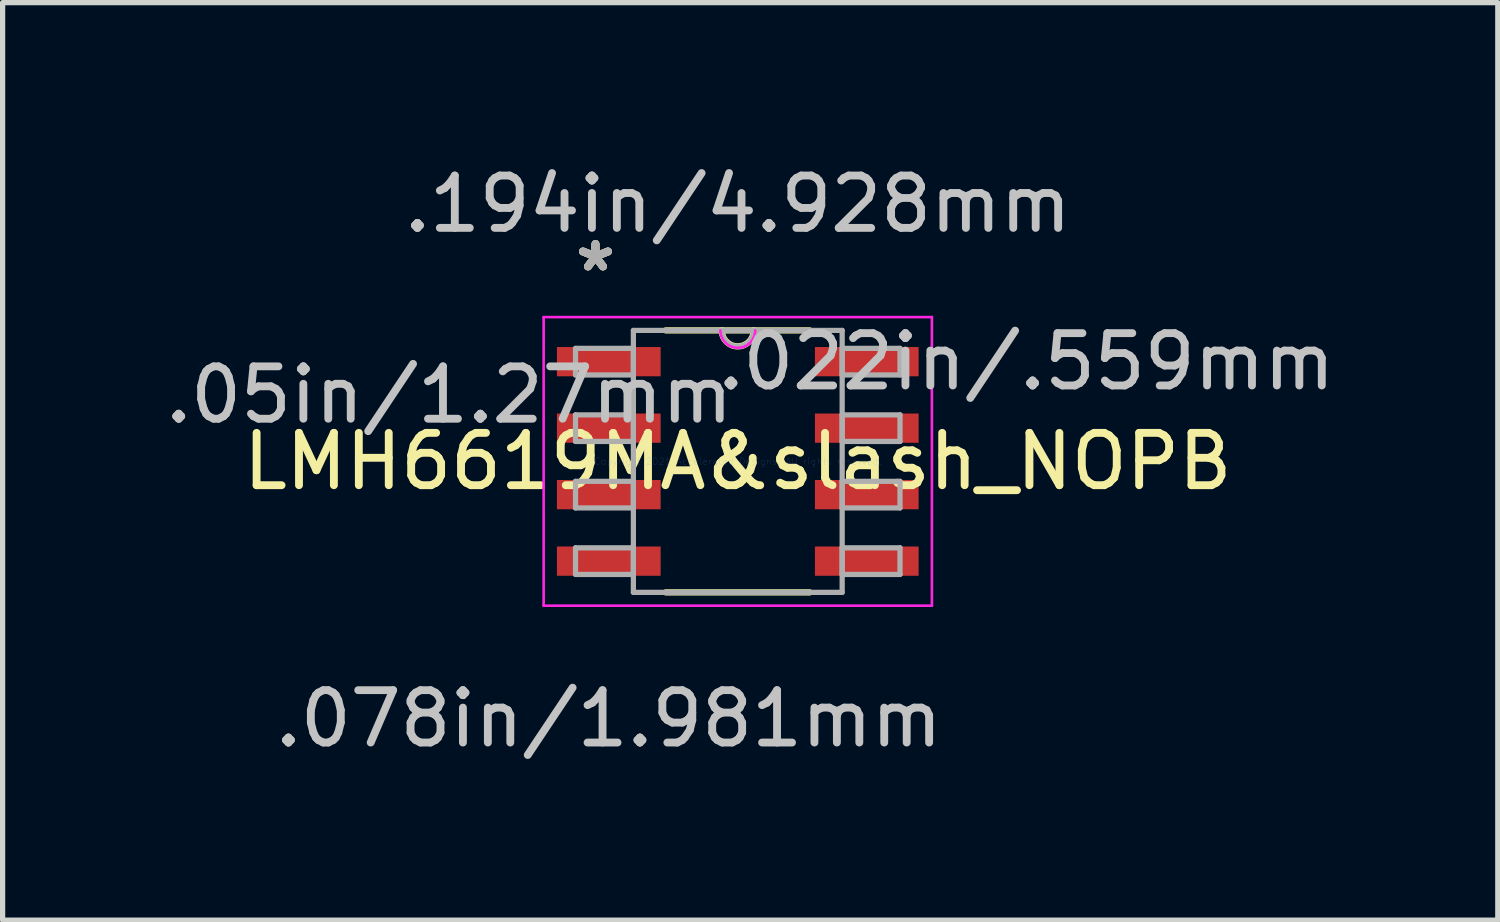
<source format=kicad_pcb>
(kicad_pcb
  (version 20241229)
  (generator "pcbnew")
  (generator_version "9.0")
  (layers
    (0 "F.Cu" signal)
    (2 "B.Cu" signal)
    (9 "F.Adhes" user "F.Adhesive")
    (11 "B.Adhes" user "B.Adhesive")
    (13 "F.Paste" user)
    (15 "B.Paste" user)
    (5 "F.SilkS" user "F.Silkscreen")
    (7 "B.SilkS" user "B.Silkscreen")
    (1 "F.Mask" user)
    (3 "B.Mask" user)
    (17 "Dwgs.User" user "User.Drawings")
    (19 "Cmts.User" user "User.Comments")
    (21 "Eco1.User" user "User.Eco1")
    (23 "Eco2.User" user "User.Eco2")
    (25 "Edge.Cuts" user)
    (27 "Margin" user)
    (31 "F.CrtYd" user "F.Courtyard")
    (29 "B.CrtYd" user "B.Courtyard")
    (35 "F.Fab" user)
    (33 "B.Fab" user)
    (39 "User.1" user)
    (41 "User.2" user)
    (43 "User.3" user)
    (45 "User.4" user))
  (footprint "LMH6619MA&slash_NOPB"
    (layer "F.Cu")
    (at 11.042 5.763)
    (property "Reference" "LMH6619MA&slash_NOPB" (at 0 0 0) (layer "F.SilkS") (effects (font (size 1 1) (thickness 0.15))))
    (attr through_hole)
    (fp_line (start -1.374 2.502) (end 1.374 2.502) (stroke (width 0.12) (type solid)) (layer "F.SilkS"))
    (fp_line (start 1.374 -2.502) (end -1.374 -2.502) (stroke (width 0.12) (type solid)) (layer "F.SilkS"))
    (fp_arc (start 0.3048 -2.5019) (mid 0 -2.1971) (end -0.3048 -2.5019) (stroke (width 0.12) (type solid)) (layer "F.SilkS"))
    (fp_line (start -3.708 -2.756) (end 3.708 -2.756) (stroke (width 0.05) (type solid)) (layer "F.CrtYd"))
    (fp_line (start -3.708 2.756) (end -3.708 -2.756) (stroke (width 0.05) (type solid)) (layer "F.CrtYd"))
    (fp_line (start 3.708 -2.756) (end 3.708 2.756) (stroke (width 0.05) (type solid)) (layer "F.CrtYd"))
    (fp_line (start 3.708 2.756) (end -3.708 2.756) (stroke (width 0.05) (type solid)) (layer "F.CrtYd"))
    (fp_arc (start 0.332317 -2.5019) (mid 0 -2.169583) (end -0.332317 -2.5019) (stroke (width 0.05) (type solid)) (layer "F.CrtYd"))
    (fp_line (start -3.099 -2.159) (end -3.099 -1.651) (stroke (width 0.1) (type solid)) (layer "F.Fab"))
    (fp_line (start -3.099 -1.651) (end -1.994 -1.651) (stroke (width 0.1) (type solid)) (layer "F.Fab"))
    (fp_line (start -3.099 -0.889) (end -3.099 -0.381) (stroke (width 0.1) (type solid)) (layer "F.Fab"))
    (fp_line (start -3.099 -0.381) (end -1.994 -0.381) (stroke (width 0.1) (type solid)) (layer "F.Fab"))
    (fp_line (start -3.099 0.381) (end -3.099 0.889) (stroke (width 0.1) (type solid)) (layer "F.Fab"))
    (fp_line (start -3.099 0.889) (end -1.994 0.889) (stroke (width 0.1) (type solid)) (layer "F.Fab"))
    (fp_line (start -3.099 1.651) (end -3.099 2.159) (stroke (width 0.1) (type solid)) (layer "F.Fab"))
    (fp_line (start -3.099 2.159) (end -1.994 2.159) (stroke (width 0.1) (type solid)) (layer "F.Fab"))
    (fp_line (start -1.994 -2.502) (end -1.994 2.502) (stroke (width 0.1) (type solid)) (layer "F.Fab"))
    (fp_line (start -1.994 -2.159) (end -3.099 -2.159) (stroke (width 0.1) (type solid)) (layer "F.Fab"))
    (fp_line (start -1.994 -1.651) (end -1.994 -2.159) (stroke (width 0.1) (type solid)) (layer "F.Fab"))
    (fp_line (start -1.994 -0.889) (end -3.099 -0.889) (stroke (width 0.1) (type solid)) (layer "F.Fab"))
    (fp_line (start -1.994 -0.381) (end -1.994 -0.889) (stroke (width 0.1) (type solid)) (layer "F.Fab"))
    (fp_line (start -1.994 0.381) (end -3.099 0.381) (stroke (width 0.1) (type solid)) (layer "F.Fab"))
    (fp_line (start -1.994 0.889) (end -1.994 0.381) (stroke (width 0.1) (type solid)) (layer "F.Fab"))
    (fp_line (start -1.994 1.651) (end -3.099 1.651) (stroke (width 0.1) (type solid)) (layer "F.Fab"))
    (fp_line (start -1.994 2.159) (end -1.994 1.651) (stroke (width 0.1) (type solid)) (layer "F.Fab"))
    (fp_line (start -1.994 2.502) (end 1.994 2.502) (stroke (width 0.1) (type solid)) (layer "F.Fab"))
    (fp_line (start 1.994 -2.502) (end -1.994 -2.502) (stroke (width 0.1) (type solid)) (layer "F.Fab"))
    (fp_line (start 1.994 -2.159) (end 1.994 -1.651) (stroke (width 0.1) (type solid)) (layer "F.Fab"))
    (fp_line (start 1.994 -1.651) (end 3.099 -1.651) (stroke (width 0.1) (type solid)) (layer "F.Fab"))
    (fp_line (start 1.994 -0.889) (end 1.994 -0.381) (stroke (width 0.1) (type solid)) (layer "F.Fab"))
    (fp_line (start 1.994 -0.381) (end 3.099 -0.381) (stroke (width 0.1) (type solid)) (layer "F.Fab"))
    (fp_line (start 1.994 0.381) (end 1.994 0.889) (stroke (width 0.1) (type solid)) (layer "F.Fab"))
    (fp_line (start 1.994 0.889) (end 3.099 0.889) (stroke (width 0.1) (type solid)) (layer "F.Fab"))
    (fp_line (start 1.994 1.651) (end 1.994 2.159) (stroke (width 0.1) (type solid)) (layer "F.Fab"))
    (fp_line (start 1.994 2.159) (end 3.099 2.159) (stroke (width 0.1) (type solid)) (layer "F.Fab"))
    (fp_line (start 1.994 2.502) (end 1.994 -2.502) (stroke (width 0.1) (type solid)) (layer "F.Fab"))
    (fp_line (start 3.099 -2.159) (end 1.994 -2.159) (stroke (width 0.1) (type solid)) (layer "F.Fab"))
    (fp_line (start 3.099 -1.651) (end 3.099 -2.159) (stroke (width 0.1) (type solid)) (layer "F.Fab"))
    (fp_line (start 3.099 -0.889) (end 1.994 -0.889) (stroke (width 0.1) (type solid)) (layer "F.Fab"))
    (fp_line (start 3.099 -0.381) (end 3.099 -0.889) (stroke (width 0.1) (type solid)) (layer "F.Fab"))
    (fp_line (start 3.099 0.381) (end 1.994 0.381) (stroke (width 0.1) (type solid)) (layer "F.Fab"))
    (fp_line (start 3.099 0.889) (end 3.099 0.381) (stroke (width 0.1) (type solid)) (layer "F.Fab"))
    (fp_line (start 3.099 1.651) (end 1.994 1.651) (stroke (width 0.1) (type solid)) (layer "F.Fab"))
    (fp_line (start 3.099 2.159) (end 3.099 1.651) (stroke (width 0.1) (type solid)) (layer "F.Fab"))
    (fp_arc (start 0.3048 -2.5019) (mid 0 -2.1971) (end -0.3048 -2.5019) (stroke (width 0.1) (type solid)) (layer "F.Fab"))
    (fp_text user "*" (at -2.718 -3.607 0) (layer "F.SilkS") (effects (font (size 1 1) (thickness 0.15))))
    (fp_text user "*" (at -2.718 -3.607 0) (layer "F.SilkS") (effects (font (size 1 1) (thickness 0.15))))
    (fp_text user ".078in/1.981mm" (at -2.464 4.915 0) (layer "Dwgs.User") (effects (font (size 1 1) (thickness 0.15))))
    (fp_text user ".022in/.559mm" (at 5.512 -1.905 0) (layer "Dwgs.User") (effects (font (size 1 1) (thickness 0.15))))
    (fp_text user ".194in/4.928mm" (at 0 -4.915 0) (layer "Dwgs.User") (effects (font (size 1 1) (thickness 0.15))))
    (fp_text user ".05in/1.27mm" (at -5.512 -1.27 0) (layer "Dwgs.User") (effects (font (size 1 1) (thickness 0.15))))
    (fp_text user "Copyright 2021 Accelerated Designs. All rights reserved." (at 0 0 0) (layer "Cmts.User") (effects (font (size 0.127 0.127) (thickness 0.002))))
    (fp_text user "*" (at -2.718 -3.607 0) (layer "F.Fab") (effects (font (size 1 1) (thickness 0.15))))
    (fp_text user "*" (at -2.718 -3.607 0) (layer "F.Fab") (effects (font (size 1 1) (thickness 0.15))))
    (pad "1" smd rect (at -2.464 -1.905) (size 1.981 0.559) (layers "F.Cu" "F.Mask" "F.Paste"))
    (pad "2" smd rect (at -2.464 -0.635) (size 1.981 0.559) (layers "F.Cu" "F.Mask" "F.Paste"))
    (pad "3" smd rect (at -2.464 0.635) (size 1.981 0.559) (layers "F.Cu" "F.Mask" "F.Paste"))
    (pad "4" smd rect (at -2.464 1.905) (size 1.981 0.559) (layers "F.Cu" "F.Mask" "F.Paste"))
    (pad "5" smd rect (at 2.464 1.905) (size 1.981 0.559) (layers "F.Cu" "F.Mask" "F.Paste"))
    (pad "6" smd rect (at 2.464 0.635) (size 1.981 0.559) (layers "F.Cu" "F.Mask" "F.Paste"))
    (pad "7" smd rect (at 2.464 -0.635) (size 1.981 0.559) (layers "F.Cu" "F.Mask" "F.Paste"))
    (pad "8" smd rect (at 2.464 -1.905) (size 1.981 0.559) (layers "F.Cu" "F.Mask" "F.Paste")))
  (gr_rect
    (start -3 -3)
    (end 25.559 14.526)
    (stroke (width 0.1) (type default))
    (fill no)
    (layer "Edge.Cuts")))
</source>
